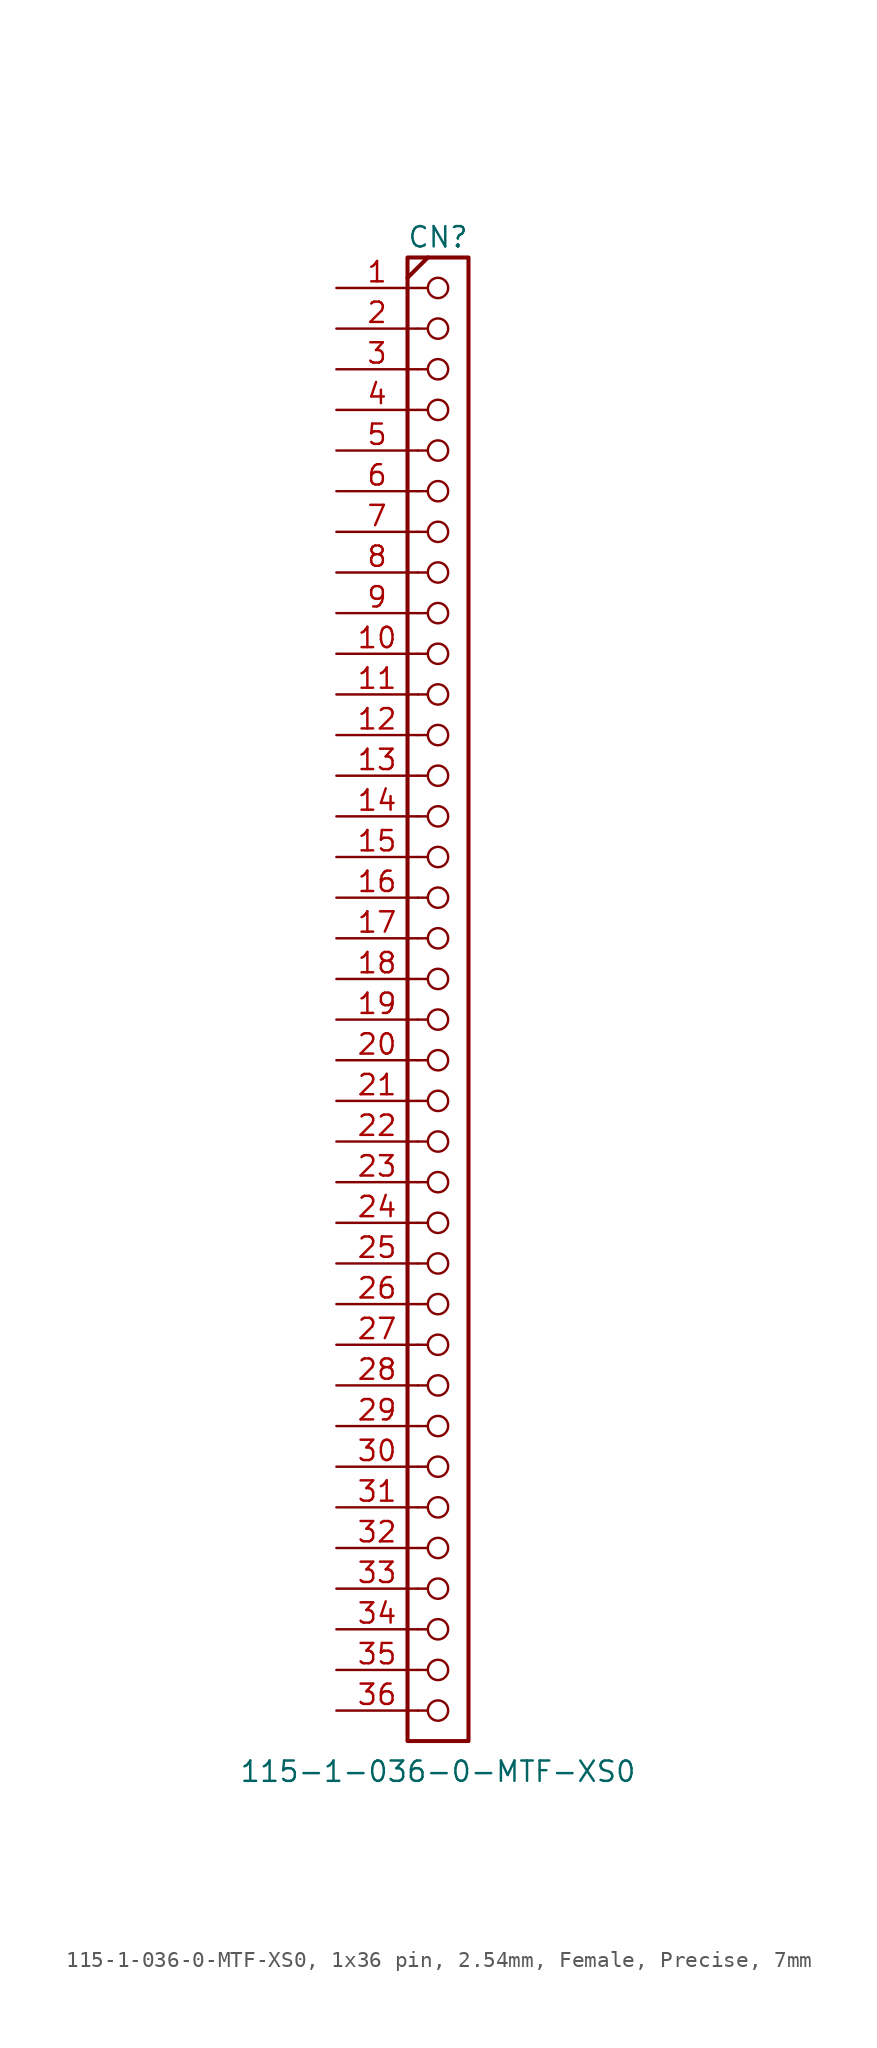
<source format=kicad_sym>
(kicad_symbol_lib
  (version 20241209)
  (generator "kicad_symbol_editor")
  (generator_version "9.0")
  (symbol "115-1-036-0-MTF-XS0, 1x36 pin, 2.54mm, Female, Precise, 7mm"
    (pin_names
      (offset 1.016)
      (hide yes))
    (property "Reference" "CN"
      (at 0 47.625 0)
      (effects (font (size 1.27 1.27))))
    (property "Value" "115-1-036-0-MTF-XS0"
      (at 0 -48.26 0)
      (effects (font (size 1.27 1.27))))
    (symbol "115-1-036-0-MTF-XS0, 1x36 pin, 2.54mm, Female, Precise, 7mm_0_1"
      (circle (center 0 44.45) (radius 0.635) (stroke (width 0) (type default)) (fill (type none)))
      (circle (center 0 41.91) (radius 0.635) (stroke (width 0) (type default)) (fill (type none)))
      (circle (center 0 39.37) (radius 0.635) (stroke (width 0) (type default)) (fill (type none)))
      (circle (center 0 36.83) (radius 0.635) (stroke (width 0) (type default)) (fill (type none)))
      (circle (center 0 34.29) (radius 0.635) (stroke (width 0) (type default)) (fill (type none)))
      (circle (center 0 31.75) (radius 0.635) (stroke (width 0) (type default)) (fill (type none)))
      (circle (center 0 29.21) (radius 0.635) (stroke (width 0) (type default)) (fill (type none)))
      (circle (center 0 26.67) (radius 0.635) (stroke (width 0) (type default)) (fill (type none)))
      (circle (center 0 24.13) (radius 0.635) (stroke (width 0) (type default)) (fill (type none)))
      (circle (center 0 21.59) (radius 0.635) (stroke (width 0) (type default)) (fill (type none)))
      (circle (center 0 19.05) (radius 0.635) (stroke (width 0) (type default)) (fill (type none)))
      (circle (center 0 16.51) (radius 0.635) (stroke (width 0) (type default)) (fill (type none)))
      (circle (center 0 13.97) (radius 0.635) (stroke (width 0) (type default)) (fill (type none)))
      (circle (center 0 11.43) (radius 0.635) (stroke (width 0) (type default)) (fill (type none)))
      (circle (center 0 8.89) (radius 0.635) (stroke (width 0) (type default)) (fill (type none)))
      (circle (center 0 6.35) (radius 0.635) (stroke (width 0) (type default)) (fill (type none)))
      (circle (center 0 3.81) (radius 0.635) (stroke (width 0) (type default)) (fill (type none)))
      (circle (center 0 1.27) (radius 0.635) (stroke (width 0) (type default)) (fill (type none)))
      (circle (center 0 -1.27) (radius 0.635) (stroke (width 0) (type default)) (fill (type none)))
      (circle (center 0 -3.81) (radius 0.635) (stroke (width 0) (type default)) (fill (type none)))
      (circle (center 0 -6.35) (radius 0.635) (stroke (width 0) (type default)) (fill (type none)))
      (circle (center 0 -8.89) (radius 0.635) (stroke (width 0) (type default)) (fill (type none)))
      (circle (center 0 -11.43) (radius 0.635) (stroke (width 0) (type default)) (fill (type none)))
      (circle (center 0 -13.97) (radius 0.635) (stroke (width 0) (type default)) (fill (type none)))
      (circle (center 0 -16.51) (radius 0.635) (stroke (width 0) (type default)) (fill (type none)))
      (circle (center 0 -19.05) (radius 0.635) (stroke (width 0) (type default)) (fill (type none)))
      (circle (center 0 -21.59) (radius 0.635) (stroke (width 0) (type default)) (fill (type none)))
      (circle (center 0 -24.13) (radius 0.635) (stroke (width 0) (type default)) (fill (type none)))
      (circle (center 0 -26.67) (radius 0.635) (stroke (width 0) (type default)) (fill (type none)))
      (circle (center 0 -29.21) (radius 0.635) (stroke (width 0) (type default)) (fill (type none)))
      (circle (center 0 -31.75) (radius 0.635) (stroke (width 0) (type default)) (fill (type none)))
      (circle (center 0 -34.29) (radius 0.635) (stroke (width 0) (type default)) (fill (type none)))
      (circle (center 0 -36.83) (radius 0.635) (stroke (width 0) (type default)) (fill (type none)))
      (circle (center 0 -39.37) (radius 0.635) (stroke (width 0) (type default)) (fill (type none)))
      (circle (center 0 -41.91) (radius 0.635) (stroke (width 0) (type default)) (fill (type none)))
      (circle (center 0 -44.45) (radius 0.635) (stroke (width 0) (type default)) (fill (type none))))
    (symbol "115-1-036-0-MTF-XS0, 1x36 pin, 2.54mm, Female, Precise, 7mm_1_0"
      (polyline (pts (xy -1.905 45.085) (xy -0.635 46.355)) (stroke (width 0.254) (type default)) (fill (type none)))
      (polyline (pts (xy -1.27 44.45) (xy -0.635 44.45)) (stroke (width 0) (type default)) (fill (type none)))
      (polyline (pts (xy -1.27 41.91) (xy -0.635 41.91)) (stroke (width 0) (type default)) (fill (type none)))
      (polyline (pts (xy -1.27 39.37) (xy -0.635 39.37)) (stroke (width 0) (type default)) (fill (type none)))
      (polyline (pts (xy -1.27 36.83) (xy -0.635 36.83)) (stroke (width 0) (type default)) (fill (type none)))
      (polyline (pts (xy -1.27 34.29) (xy -0.635 34.29)) (stroke (width 0) (type default)) (fill (type none)))
      (polyline (pts (xy -1.27 31.75) (xy -0.635 31.75)) (stroke (width 0) (type default)) (fill (type none)))
      (polyline (pts (xy -1.27 29.21) (xy -0.635 29.21)) (stroke (width 0) (type default)) (fill (type none)))
      (polyline (pts (xy -1.27 26.67) (xy -0.635 26.67)) (stroke (width 0) (type default)) (fill (type none)))
      (polyline (pts (xy -1.27 24.13) (xy -0.635 24.13)) (stroke (width 0) (type default)) (fill (type none)))
      (polyline (pts (xy -1.27 21.59) (xy -0.635 21.59)) (stroke (width 0) (type default)) (fill (type none)))
      (polyline (pts (xy -1.27 19.05) (xy -0.635 19.05)) (stroke (width 0) (type default)) (fill (type none)))
      (polyline (pts (xy -1.27 16.51) (xy -0.635 16.51)) (stroke (width 0) (type default)) (fill (type none)))
      (polyline (pts (xy -1.27 13.97) (xy -0.635 13.97)) (stroke (width 0) (type default)) (fill (type none)))
      (polyline (pts (xy -1.27 11.43) (xy -0.635 11.43)) (stroke (width 0) (type default)) (fill (type none)))
      (polyline (pts (xy -1.27 8.89) (xy -0.635 8.89)) (stroke (width 0) (type default)) (fill (type none)))
      (polyline (pts (xy -1.27 6.35) (xy -0.635 6.35)) (stroke (width 0) (type default)) (fill (type none)))
      (polyline (pts (xy -1.27 3.81) (xy -0.635 3.81)) (stroke (width 0) (type default)) (fill (type none)))
      (polyline (pts (xy -1.27 1.27) (xy -0.635 1.27)) (stroke (width 0) (type default)) (fill (type none)))
      (polyline (pts (xy -1.27 -1.27) (xy -0.635 -1.27)) (stroke (width 0) (type default)) (fill (type none)))
      (polyline (pts (xy -1.27 -3.81) (xy -0.635 -3.81)) (stroke (width 0) (type default)) (fill (type none)))
      (polyline (pts (xy -1.27 -6.35) (xy -0.635 -6.35)) (stroke (width 0) (type default)) (fill (type none)))
      (polyline (pts (xy -1.27 -8.89) (xy -0.635 -8.89)) (stroke (width 0) (type default)) (fill (type none)))
      (polyline (pts (xy -1.27 -11.43) (xy -0.635 -11.43)) (stroke (width 0) (type default)) (fill (type none)))
      (polyline (pts (xy -1.27 -13.97) (xy -0.635 -13.97)) (stroke (width 0) (type default)) (fill (type none)))
      (polyline (pts (xy -1.27 -16.51) (xy -0.635 -16.51)) (stroke (width 0) (type default)) (fill (type none)))
      (polyline (pts (xy -1.27 -19.05) (xy -0.635 -19.05)) (stroke (width 0) (type default)) (fill (type none)))
      (polyline (pts (xy -1.27 -21.59) (xy -0.635 -21.59)) (stroke (width 0) (type default)) (fill (type none)))
      (polyline (pts (xy -1.27 -24.13) (xy -0.635 -24.13)) (stroke (width 0) (type default)) (fill (type none)))
      (polyline (pts (xy -1.27 -26.67) (xy -0.635 -26.67)) (stroke (width 0) (type default)) (fill (type none)))
      (polyline (pts (xy -1.27 -29.21) (xy -0.635 -29.21)) (stroke (width 0) (type default)) (fill (type none)))
      (polyline (pts (xy -1.27 -31.75) (xy -0.635 -31.75)) (stroke (width 0) (type default)) (fill (type none)))
      (polyline (pts (xy -1.27 -34.29) (xy -0.635 -34.29)) (stroke (width 0) (type default)) (fill (type none)))
      (polyline (pts (xy -1.27 -36.83) (xy -0.635 -36.83)) (stroke (width 0) (type default)) (fill (type none)))
      (polyline (pts (xy -1.27 -39.37) (xy -0.635 -39.37)) (stroke (width 0) (type default)) (fill (type none)))
      (polyline (pts (xy -1.27 -41.91) (xy -0.635 -41.91)) (stroke (width 0) (type default)) (fill (type none)))
      (polyline (pts (xy -1.27 -44.45) (xy -0.635 -44.45)) (stroke (width 0) (type default)) (fill (type none)))
      (pin passive line (at -6.35 36.83 0) (length 5.08) (name "4" (effects (font (size 1.27 1.27)))) (number "4" (effects (font (size 1.27 1.27)))))
      (pin passive line (at -6.35 34.29 0) (length 5.08) (name "5" (effects (font (size 1.27 1.27)))) (number "5" (effects (font (size 1.27 1.27)))))
      (pin passive line (at -6.35 31.75 0) (length 5.08) (name "6" (effects (font (size 1.27 1.27)))) (number "6" (effects (font (size 1.27 1.27)))))
      (pin passive line (at -6.35 29.21 0) (length 5.08) (name "7" (effects (font (size 1.27 1.27)))) (number "7" (effects (font (size 1.27 1.27)))))
      (pin passive line (at -6.35 26.67 0) (length 5.08) (name "8" (effects (font (size 1.27 1.27)))) (number "8" (effects (font (size 1.27 1.27)))))
      (pin passive line (at -6.35 24.13 0) (length 5.08) (name "9" (effects (font (size 1.27 1.27)))) (number "9" (effects (font (size 1.27 1.27)))))
      (pin passive line (at -6.35 21.59 0) (length 5.08) (name "10" (effects (font (size 1.27 1.27)))) (number "10" (effects (font (size 1.27 1.27)))))
      (pin passive line (at -6.35 19.05 0) (length 5.08) (name "11" (effects (font (size 1.27 1.27)))) (number "11" (effects (font (size 1.27 1.27)))))
      (pin passive line (at -6.35 16.51 0) (length 5.08) (name "12" (effects (font (size 1.27 1.27)))) (number "12" (effects (font (size 1.27 1.27)))))
      (pin passive line (at -6.35 13.97 0) (length 5.08) (name "13" (effects (font (size 1.27 1.27)))) (number "13" (effects (font (size 1.27 1.27)))))
      (pin passive line (at -6.35 11.43 0) (length 5.08) (name "14" (effects (font (size 1.27 1.27)))) (number "14" (effects (font (size 1.27 1.27)))))
      (pin passive line (at -6.35 8.89 0) (length 5.08) (name "15" (effects (font (size 1.27 1.27)))) (number "15" (effects (font (size 1.27 1.27)))))
      (pin passive line (at -6.35 6.35 0) (length 5.08) (name "16" (effects (font (size 1.27 1.27)))) (number "16" (effects (font (size 1.27 1.27)))))
      (pin passive line (at -6.35 3.81 0) (length 5.08) (name "17" (effects (font (size 1.27 1.27)))) (number "17" (effects (font (size 1.27 1.27)))))
      (pin passive line (at -6.35 1.27 0) (length 5.08) (name "18" (effects (font (size 1.27 1.27)))) (number "18" (effects (font (size 1.27 1.27)))))
      (pin passive line (at -6.35 -1.27 0) (length 5.08) (name "19" (effects (font (size 1.27 1.27)))) (number "19" (effects (font (size 1.27 1.27)))))
      (pin passive line (at -6.35 -3.81 0) (length 5.08) (name "20" (effects (font (size 1.27 1.27)))) (number "20" (effects (font (size 1.27 1.27)))))
      (pin passive line (at -6.35 -6.35 0) (length 5.08) (name "21" (effects (font (size 1.27 1.27)))) (number "21" (effects (font (size 1.27 1.27)))))
      (pin passive line (at -6.35 -8.89 0) (length 5.08) (name "22" (effects (font (size 1.27 1.27)))) (number "22" (effects (font (size 1.27 1.27)))))
      (pin passive line (at -6.35 -11.43 0) (length 5.08) (name "23" (effects (font (size 1.27 1.27)))) (number "23" (effects (font (size 1.27 1.27)))))
      (pin passive line (at -6.35 -13.97 0) (length 5.08) (name "24" (effects (font (size 1.27 1.27)))) (number "24" (effects (font (size 1.27 1.27)))))
      (pin passive line (at -6.35 -16.51 0) (length 5.08) (name "25" (effects (font (size 1.27 1.27)))) (number "25" (effects (font (size 1.27 1.27)))))
      (pin passive line (at -6.35 -19.05 0) (length 5.08) (name "26" (effects (font (size 1.27 1.27)))) (number "26" (effects (font (size 1.27 1.27)))))
      (pin passive line (at -6.35 -21.59 0) (length 5.08) (name "27" (effects (font (size 1.27 1.27)))) (number "27" (effects (font (size 1.27 1.27)))))
      (pin passive line (at -6.35 -24.13 0) (length 5.08) (name "28" (effects (font (size 1.27 1.27)))) (number "28" (effects (font (size 1.27 1.27)))))
      (pin passive line (at -6.35 -26.67 0) (length 5.08) (name "29" (effects (font (size 1.27 1.27)))) (number "29" (effects (font (size 1.27 1.27)))))
      (pin passive line (at -6.35 -29.21 0) (length 5.08) (name "30" (effects (font (size 1.27 1.27)))) (number "30" (effects (font (size 1.27 1.27)))))
      (pin passive line (at -6.35 -31.75 0) (length 5.08) (name "31" (effects (font (size 1.27 1.27)))) (number "31" (effects (font (size 1.27 1.27)))))
      (pin passive line (at -6.35 -34.29 0) (length 5.08) (name "32" (effects (font (size 1.27 1.27)))) (number "32" (effects (font (size 1.27 1.27)))))
      (pin passive line (at -6.35 -36.83 0) (length 5.08) (name "33" (effects (font (size 1.27 1.27)))) (number "33" (effects (font (size 1.27 1.27)))))
      (pin passive line (at -6.35 -39.37 0) (length 5.08) (name "34" (effects (font (size 1.27 1.27)))) (number "34" (effects (font (size 1.27 1.27)))))
      (pin passive line (at -6.35 -41.91 0) (length 5.08) (name "35" (effects (font (size 1.27 1.27)))) (number "35" (effects (font (size 1.27 1.27)))))
      (pin passive line (at -6.35 -44.45 0) (length 5.08) (name "36" (effects (font (size 1.27 1.27)))) (number "36" (effects (font (size 1.27 1.27))))))
    (symbol "115-1-036-0-MTF-XS0, 1x36 pin, 2.54mm, Female, Precise, 7mm_1_1"
      (rectangle (start -1.905 46.355) (end 1.905 -46.355) (stroke (width 0.254) (type default)) (fill (type none)))
      (pin passive line (at -6.35 44.45 0) (length 5.08) (name "1" (effects (font (size 1.27 1.27)))) (number "1" (effects (font (size 1.27 1.27)))))
      (pin passive line (at -6.35 41.91 0) (length 5.08) (name "2" (effects (font (size 1.27 1.27)))) (number "2" (effects (font (size 1.27 1.27)))))
      (pin passive line (at -6.35 39.37 0) (length 5.08) (name "3" (effects (font (size 1.27 1.27)))) (number "3" (effects (font (size 1.27 1.27))))))))
</source>
